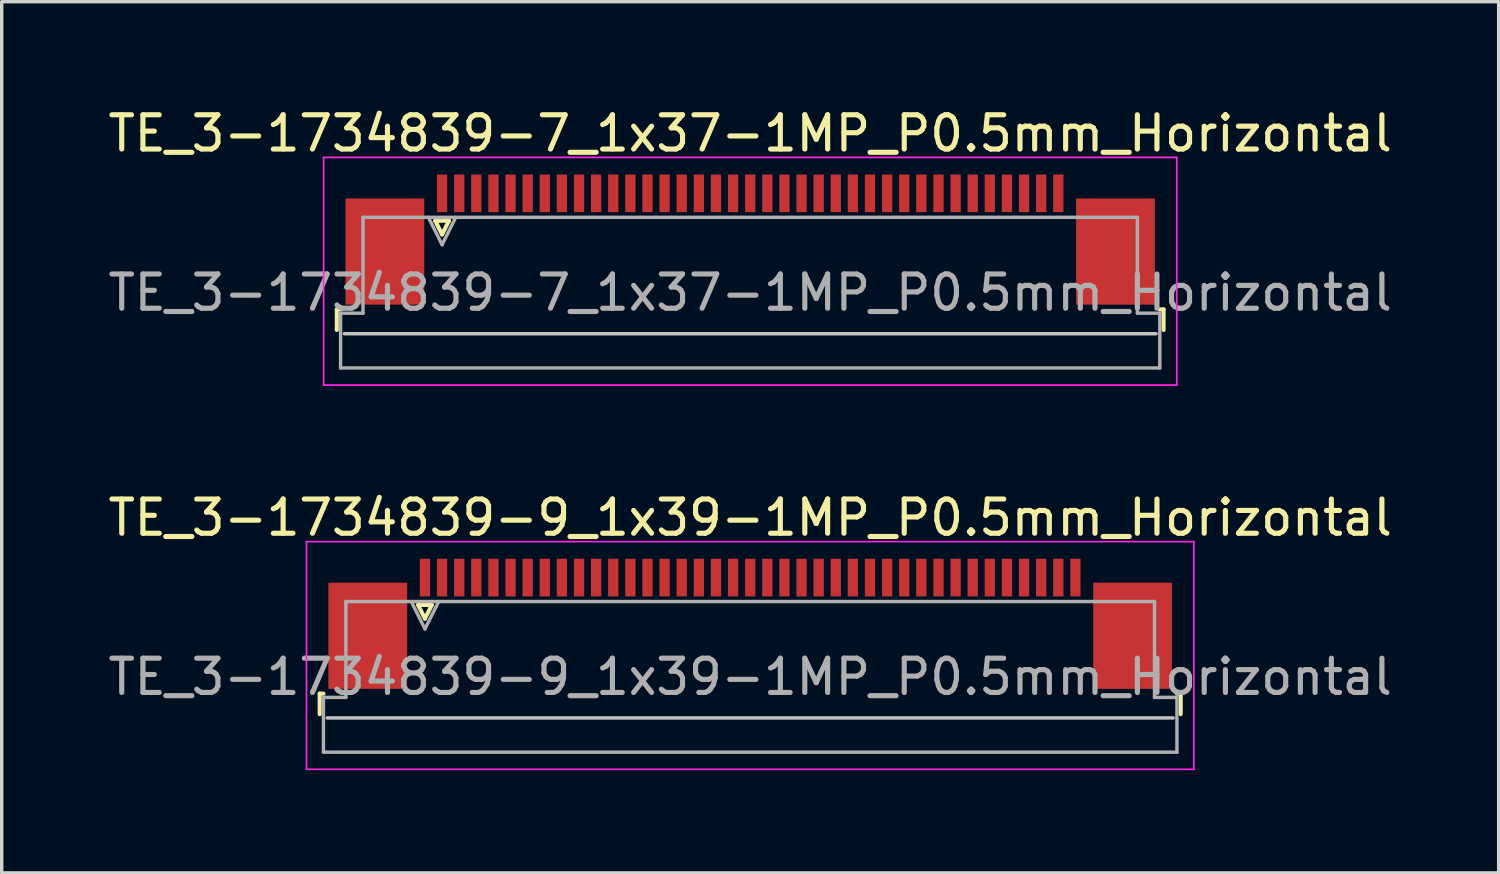
<source format=kicad_pcb>
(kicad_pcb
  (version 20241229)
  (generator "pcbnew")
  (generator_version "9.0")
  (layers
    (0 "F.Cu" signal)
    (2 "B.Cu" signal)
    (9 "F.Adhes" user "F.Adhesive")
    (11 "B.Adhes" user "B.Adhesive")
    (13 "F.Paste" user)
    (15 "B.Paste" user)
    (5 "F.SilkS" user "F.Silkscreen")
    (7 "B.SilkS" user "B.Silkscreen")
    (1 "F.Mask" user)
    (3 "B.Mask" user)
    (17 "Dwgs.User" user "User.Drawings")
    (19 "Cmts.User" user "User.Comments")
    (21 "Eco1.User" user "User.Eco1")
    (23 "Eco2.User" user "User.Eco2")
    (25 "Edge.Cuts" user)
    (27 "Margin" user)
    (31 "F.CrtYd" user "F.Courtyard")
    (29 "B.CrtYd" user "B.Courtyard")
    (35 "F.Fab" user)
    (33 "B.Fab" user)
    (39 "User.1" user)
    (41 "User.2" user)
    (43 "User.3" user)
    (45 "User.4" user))
  (footprint "TE_3-1734839-9_1x39-1MP_P0.5mm_Horizontal"
    (layer "F.Cu")
    (at 18.863 15.171)
    (property "Reference" "TE_3-1734839-9_1x39-1MP_P0.5mm_Horizontal" (at 0 -3.1 0) (layer "F.SilkS") (effects (font (size 1 1) (thickness 0.15))))
    (attr smd)
    (fp_line (start -12.575 2.04) (end -12.575 2.64) (stroke (width 0.12) (type solid)) (layer "F.SilkS"))
    (fp_line (start -12.465 2.04) (end -12.575 2.04) (stroke (width 0.12) (type solid)) (layer "F.SilkS"))
    (fp_line (start -9.7 -0.55) (end -9.5 -0.15) (stroke (width 0.12) (type solid)) (layer "F.SilkS"))
    (fp_line (start -9.5 -0.15) (end -9.3 -0.55) (stroke (width 0.12) (type solid)) (layer "F.SilkS"))
    (fp_line (start -9.3 -0.55) (end -9.7 -0.55) (stroke (width 0.12) (type solid)) (layer "F.SilkS"))
    (fp_line (start 12.465 2.04) (end 12.575 2.04) (stroke (width 0.12) (type solid)) (layer "F.SilkS"))
    (fp_line (start 12.575 2.04) (end 12.575 2.64) (stroke (width 0.12) (type solid)) (layer "F.SilkS"))
    (fp_line (start 12.355 2.75) (end -12.355 2.75) (stroke (width 0.1) (type solid)) (layer "Dwgs.User"))
    (fp_line (start -12.96 -2.4) (end -12.96 4.25) (stroke (width 0.05) (type solid)) (layer "F.CrtYd"))
    (fp_line (start -12.96 4.25) (end 12.96 4.25) (stroke (width 0.05) (type solid)) (layer "F.CrtYd"))
    (fp_line (start 12.96 -2.4) (end -12.96 -2.4) (stroke (width 0.05) (type solid)) (layer "F.CrtYd"))
    (fp_line (start 12.96 4.25) (end 12.96 -2.4) (stroke (width 0.05) (type solid)) (layer "F.CrtYd"))
    (fp_line (start -12.465 2.15) (end -11.81 2.15) (stroke (width 0.1) (type solid)) (layer "F.Fab"))
    (fp_line (start -12.465 3.75) (end -12.465 2.15) (stroke (width 0.1) (type solid)) (layer "F.Fab"))
    (fp_line (start -11.81 -0.65) (end 11.81 -0.65) (stroke (width 0.1) (type solid)) (layer "F.Fab"))
    (fp_line (start -11.81 2.15) (end -11.81 -0.65) (stroke (width 0.1) (type solid)) (layer "F.Fab"))
    (fp_line (start -9.9 -0.65) (end -9.5 0.15) (stroke (width 0.1) (type solid)) (layer "F.Fab"))
    (fp_line (start -9.5 0.15) (end -9.1 -0.65) (stroke (width 0.1) (type solid)) (layer "F.Fab"))
    (fp_line (start 11.81 -0.65) (end 11.81 2.15) (stroke (width 0.1) (type solid)) (layer "F.Fab"))
    (fp_line (start 11.81 2.15) (end 12.465 2.15) (stroke (width 0.1) (type solid)) (layer "F.Fab"))
    (fp_line (start 12.465 2.15) (end 12.465 3.75) (stroke (width 0.1) (type solid)) (layer "F.Fab"))
    (fp_line (start 12.465 3.75) (end -12.465 3.75) (stroke (width 0.1) (type solid)) (layer "F.Fab"))
    (fp_text user "${REFERENCE}" (at 0 1.55 0) (layer "F.Fab") (effects (font (size 1 1) (thickness 0.15))))
    (pad "1" smd rect (at -9.5 -1.35) (size 0.3 1.1) (layers "F.Cu" "F.Mask" "F.Paste"))
    (pad "2" smd rect (at -9 -1.35) (size 0.3 1.1) (layers "F.Cu" "F.Mask" "F.Paste"))
    (pad "3" smd rect (at -8.5 -1.35) (size 0.3 1.1) (layers "F.Cu" "F.Mask" "F.Paste"))
    (pad "4" smd rect (at -8 -1.35) (size 0.3 1.1) (layers "F.Cu" "F.Mask" "F.Paste"))
    (pad "5" smd rect (at -7.5 -1.35) (size 0.3 1.1) (layers "F.Cu" "F.Mask" "F.Paste"))
    (pad "6" smd rect (at -7 -1.35) (size 0.3 1.1) (layers "F.Cu" "F.Mask" "F.Paste"))
    (pad "7" smd rect (at -6.5 -1.35) (size 0.3 1.1) (layers "F.Cu" "F.Mask" "F.Paste"))
    (pad "8" smd rect (at -6 -1.35) (size 0.3 1.1) (layers "F.Cu" "F.Mask" "F.Paste"))
    (pad "9" smd rect (at -5.5 -1.35) (size 0.3 1.1) (layers "F.Cu" "F.Mask" "F.Paste"))
    (pad "10" smd rect (at -5 -1.35) (size 0.3 1.1) (layers "F.Cu" "F.Mask" "F.Paste"))
    (pad "11" smd rect (at -4.5 -1.35) (size 0.3 1.1) (layers "F.Cu" "F.Mask" "F.Paste"))
    (pad "12" smd rect (at -4 -1.35) (size 0.3 1.1) (layers "F.Cu" "F.Mask" "F.Paste"))
    (pad "13" smd rect (at -3.5 -1.35) (size 0.3 1.1) (layers "F.Cu" "F.Mask" "F.Paste"))
    (pad "14" smd rect (at -3 -1.35) (size 0.3 1.1) (layers "F.Cu" "F.Mask" "F.Paste"))
    (pad "15" smd rect (at -2.5 -1.35) (size 0.3 1.1) (layers "F.Cu" "F.Mask" "F.Paste"))
    (pad "16" smd rect (at -2 -1.35) (size 0.3 1.1) (layers "F.Cu" "F.Mask" "F.Paste"))
    (pad "17" smd rect (at -1.5 -1.35) (size 0.3 1.1) (layers "F.Cu" "F.Mask" "F.Paste"))
    (pad "18" smd rect (at -1 -1.35) (size 0.3 1.1) (layers "F.Cu" "F.Mask" "F.Paste"))
    (pad "19" smd rect (at -0.5 -1.35) (size 0.3 1.1) (layers "F.Cu" "F.Mask" "F.Paste"))
    (pad "20" smd rect (at 0 -1.35) (size 0.3 1.1) (layers "F.Cu" "F.Mask" "F.Paste"))
    (pad "21" smd rect (at 0.5 -1.35) (size 0.3 1.1) (layers "F.Cu" "F.Mask" "F.Paste"))
    (pad "22" smd rect (at 1 -1.35) (size 0.3 1.1) (layers "F.Cu" "F.Mask" "F.Paste"))
    (pad "23" smd rect (at 1.5 -1.35) (size 0.3 1.1) (layers "F.Cu" "F.Mask" "F.Paste"))
    (pad "24" smd rect (at 2 -1.35) (size 0.3 1.1) (layers "F.Cu" "F.Mask" "F.Paste"))
    (pad "25" smd rect (at 2.5 -1.35) (size 0.3 1.1) (layers "F.Cu" "F.Mask" "F.Paste"))
    (pad "26" smd rect (at 3 -1.35) (size 0.3 1.1) (layers "F.Cu" "F.Mask" "F.Paste"))
    (pad "27" smd rect (at 3.5 -1.35) (size 0.3 1.1) (layers "F.Cu" "F.Mask" "F.Paste"))
    (pad "28" smd rect (at 4 -1.35) (size 0.3 1.1) (layers "F.Cu" "F.Mask" "F.Paste"))
    (pad "29" smd rect (at 4.5 -1.35) (size 0.3 1.1) (layers "F.Cu" "F.Mask" "F.Paste"))
    (pad "30" smd rect (at 5 -1.35) (size 0.3 1.1) (layers "F.Cu" "F.Mask" "F.Paste"))
    (pad "31" smd rect (at 5.5 -1.35) (size 0.3 1.1) (layers "F.Cu" "F.Mask" "F.Paste"))
    (pad "32" smd rect (at 6 -1.35) (size 0.3 1.1) (layers "F.Cu" "F.Mask" "F.Paste"))
    (pad "33" smd rect (at 6.5 -1.35) (size 0.3 1.1) (layers "F.Cu" "F.Mask" "F.Paste"))
    (pad "34" smd rect (at 7 -1.35) (size 0.3 1.1) (layers "F.Cu" "F.Mask" "F.Paste"))
    (pad "35" smd rect (at 7.5 -1.35) (size 0.3 1.1) (layers "F.Cu" "F.Mask" "F.Paste"))
    (pad "36" smd rect (at 8 -1.35) (size 0.3 1.1) (layers "F.Cu" "F.Mask" "F.Paste"))
    (pad "37" smd rect (at 8.5 -1.35) (size 0.3 1.1) (layers "F.Cu" "F.Mask" "F.Paste"))
    (pad "38" smd rect (at 9 -1.35) (size 0.3 1.1) (layers "F.Cu" "F.Mask" "F.Paste"))
    (pad "39" smd rect (at 9.5 -1.35) (size 0.3 1.1) (layers "F.Cu" "F.Mask" "F.Paste"))
    (pad "MP" smd rect (at -11.17 0.35) (size 2.3 3.1) (layers "F.Cu" "F.Mask" "F.Paste"))
    (pad "MP" smd rect (at 11.17 0.35) (size 2.3 3.1) (layers "F.Cu" "F.Mask" "F.Paste")))
  (footprint "TE_3-1734839-7_1x37-1MP_P0.5mm_Horizontal"
    (layer "F.Cu")
    (at 18.863 3.948)
    (property "Reference" "TE_3-1734839-7_1x37-1MP_P0.5mm_Horizontal" (at 0 -3.1 0) (layer "F.SilkS") (effects (font (size 1 1) (thickness 0.15))))
    (attr smd)
    (fp_line (start -12.075 2.04) (end -12.075 2.64) (stroke (width 0.12) (type solid)) (layer "F.SilkS"))
    (fp_line (start -11.965 2.04) (end -12.075 2.04) (stroke (width 0.12) (type solid)) (layer "F.SilkS"))
    (fp_line (start -9.2 -0.55) (end -9 -0.15) (stroke (width 0.12) (type solid)) (layer "F.SilkS"))
    (fp_line (start -9 -0.15) (end -8.8 -0.55) (stroke (width 0.12) (type solid)) (layer "F.SilkS"))
    (fp_line (start -8.8 -0.55) (end -9.2 -0.55) (stroke (width 0.12) (type solid)) (layer "F.SilkS"))
    (fp_line (start 11.965 2.04) (end 12.075 2.04) (stroke (width 0.12) (type solid)) (layer "F.SilkS"))
    (fp_line (start 12.075 2.04) (end 12.075 2.64) (stroke (width 0.12) (type solid)) (layer "F.SilkS"))
    (fp_line (start 11.855 2.75) (end -11.855 2.75) (stroke (width 0.1) (type solid)) (layer "Dwgs.User"))
    (fp_line (start -12.46 -2.4) (end -12.46 4.25) (stroke (width 0.05) (type solid)) (layer "F.CrtYd"))
    (fp_line (start -12.46 4.25) (end 12.46 4.25) (stroke (width 0.05) (type solid)) (layer "F.CrtYd"))
    (fp_line (start 12.46 -2.4) (end -12.46 -2.4) (stroke (width 0.05) (type solid)) (layer "F.CrtYd"))
    (fp_line (start 12.46 4.25) (end 12.46 -2.4) (stroke (width 0.05) (type solid)) (layer "F.CrtYd"))
    (fp_line (start -11.965 2.15) (end -11.31 2.15) (stroke (width 0.1) (type solid)) (layer "F.Fab"))
    (fp_line (start -11.965 3.75) (end -11.965 2.15) (stroke (width 0.1) (type solid)) (layer "F.Fab"))
    (fp_line (start -11.31 -0.65) (end 11.31 -0.65) (stroke (width 0.1) (type solid)) (layer "F.Fab"))
    (fp_line (start -11.31 2.15) (end -11.31 -0.65) (stroke (width 0.1) (type solid)) (layer "F.Fab"))
    (fp_line (start -9.4 -0.65) (end -9 0.15) (stroke (width 0.1) (type solid)) (layer "F.Fab"))
    (fp_line (start -9 0.15) (end -8.6 -0.65) (stroke (width 0.1) (type solid)) (layer "F.Fab"))
    (fp_line (start 11.31 -0.65) (end 11.31 2.15) (stroke (width 0.1) (type solid)) (layer "F.Fab"))
    (fp_line (start 11.31 2.15) (end 11.965 2.15) (stroke (width 0.1) (type solid)) (layer "F.Fab"))
    (fp_line (start 11.965 2.15) (end 11.965 3.75) (stroke (width 0.1) (type solid)) (layer "F.Fab"))
    (fp_line (start 11.965 3.75) (end -11.965 3.75) (stroke (width 0.1) (type solid)) (layer "F.Fab"))
    (fp_text user "${REFERENCE}" (at 0 1.55 0) (layer "F.Fab") (effects (font (size 1 1) (thickness 0.15))))
    (pad "1" smd rect (at -9 -1.35) (size 0.3 1.1) (layers "F.Cu" "F.Mask" "F.Paste"))
    (pad "2" smd rect (at -8.5 -1.35) (size 0.3 1.1) (layers "F.Cu" "F.Mask" "F.Paste"))
    (pad "3" smd rect (at -8 -1.35) (size 0.3 1.1) (layers "F.Cu" "F.Mask" "F.Paste"))
    (pad "4" smd rect (at -7.5 -1.35) (size 0.3 1.1) (layers "F.Cu" "F.Mask" "F.Paste"))
    (pad "5" smd rect (at -7 -1.35) (size 0.3 1.1) (layers "F.Cu" "F.Mask" "F.Paste"))
    (pad "6" smd rect (at -6.5 -1.35) (size 0.3 1.1) (layers "F.Cu" "F.Mask" "F.Paste"))
    (pad "7" smd rect (at -6 -1.35) (size 0.3 1.1) (layers "F.Cu" "F.Mask" "F.Paste"))
    (pad "8" smd rect (at -5.5 -1.35) (size 0.3 1.1) (layers "F.Cu" "F.Mask" "F.Paste"))
    (pad "9" smd rect (at -5 -1.35) (size 0.3 1.1) (layers "F.Cu" "F.Mask" "F.Paste"))
    (pad "10" smd rect (at -4.5 -1.35) (size 0.3 1.1) (layers "F.Cu" "F.Mask" "F.Paste"))
    (pad "11" smd rect (at -4 -1.35) (size 0.3 1.1) (layers "F.Cu" "F.Mask" "F.Paste"))
    (pad "12" smd rect (at -3.5 -1.35) (size 0.3 1.1) (layers "F.Cu" "F.Mask" "F.Paste"))
    (pad "13" smd rect (at -3 -1.35) (size 0.3 1.1) (layers "F.Cu" "F.Mask" "F.Paste"))
    (pad "14" smd rect (at -2.5 -1.35) (size 0.3 1.1) (layers "F.Cu" "F.Mask" "F.Paste"))
    (pad "15" smd rect (at -2 -1.35) (size 0.3 1.1) (layers "F.Cu" "F.Mask" "F.Paste"))
    (pad "16" smd rect (at -1.5 -1.35) (size 0.3 1.1) (layers "F.Cu" "F.Mask" "F.Paste"))
    (pad "17" smd rect (at -1 -1.35) (size 0.3 1.1) (layers "F.Cu" "F.Mask" "F.Paste"))
    (pad "18" smd rect (at -0.5 -1.35) (size 0.3 1.1) (layers "F.Cu" "F.Mask" "F.Paste"))
    (pad "19" smd rect (at 0 -1.35) (size 0.3 1.1) (layers "F.Cu" "F.Mask" "F.Paste"))
    (pad "20" smd rect (at 0.5 -1.35) (size 0.3 1.1) (layers "F.Cu" "F.Mask" "F.Paste"))
    (pad "21" smd rect (at 1 -1.35) (size 0.3 1.1) (layers "F.Cu" "F.Mask" "F.Paste"))
    (pad "22" smd rect (at 1.5 -1.35) (size 0.3 1.1) (layers "F.Cu" "F.Mask" "F.Paste"))
    (pad "23" smd rect (at 2 -1.35) (size 0.3 1.1) (layers "F.Cu" "F.Mask" "F.Paste"))
    (pad "24" smd rect (at 2.5 -1.35) (size 0.3 1.1) (layers "F.Cu" "F.Mask" "F.Paste"))
    (pad "25" smd rect (at 3 -1.35) (size 0.3 1.1) (layers "F.Cu" "F.Mask" "F.Paste"))
    (pad "26" smd rect (at 3.5 -1.35) (size 0.3 1.1) (layers "F.Cu" "F.Mask" "F.Paste"))
    (pad "27" smd rect (at 4 -1.35) (size 0.3 1.1) (layers "F.Cu" "F.Mask" "F.Paste"))
    (pad "28" smd rect (at 4.5 -1.35) (size 0.3 1.1) (layers "F.Cu" "F.Mask" "F.Paste"))
    (pad "29" smd rect (at 5 -1.35) (size 0.3 1.1) (layers "F.Cu" "F.Mask" "F.Paste"))
    (pad "30" smd rect (at 5.5 -1.35) (size 0.3 1.1) (layers "F.Cu" "F.Mask" "F.Paste"))
    (pad "31" smd rect (at 6 -1.35) (size 0.3 1.1) (layers "F.Cu" "F.Mask" "F.Paste"))
    (pad "32" smd rect (at 6.5 -1.35) (size 0.3 1.1) (layers "F.Cu" "F.Mask" "F.Paste"))
    (pad "33" smd rect (at 7 -1.35) (size 0.3 1.1) (layers "F.Cu" "F.Mask" "F.Paste"))
    (pad "34" smd rect (at 7.5 -1.35) (size 0.3 1.1) (layers "F.Cu" "F.Mask" "F.Paste"))
    (pad "35" smd rect (at 8 -1.35) (size 0.3 1.1) (layers "F.Cu" "F.Mask" "F.Paste"))
    (pad "36" smd rect (at 8.5 -1.35) (size 0.3 1.1) (layers "F.Cu" "F.Mask" "F.Paste"))
    (pad "37" smd rect (at 9 -1.35) (size 0.3 1.1) (layers "F.Cu" "F.Mask" "F.Paste"))
    (pad "MP" smd rect (at -10.67 0.35) (size 2.3 3.1) (layers "F.Cu" "F.Mask" "F.Paste"))
    (pad "MP" smd rect (at 10.67 0.35) (size 2.3 3.1) (layers "F.Cu" "F.Mask" "F.Paste")))
  (gr_rect
    (start -3 -3)
    (end 40.726 22.447)
    (stroke (width 0.1) (type default))
    (fill no)
    (layer "Edge.Cuts")))
</source>
